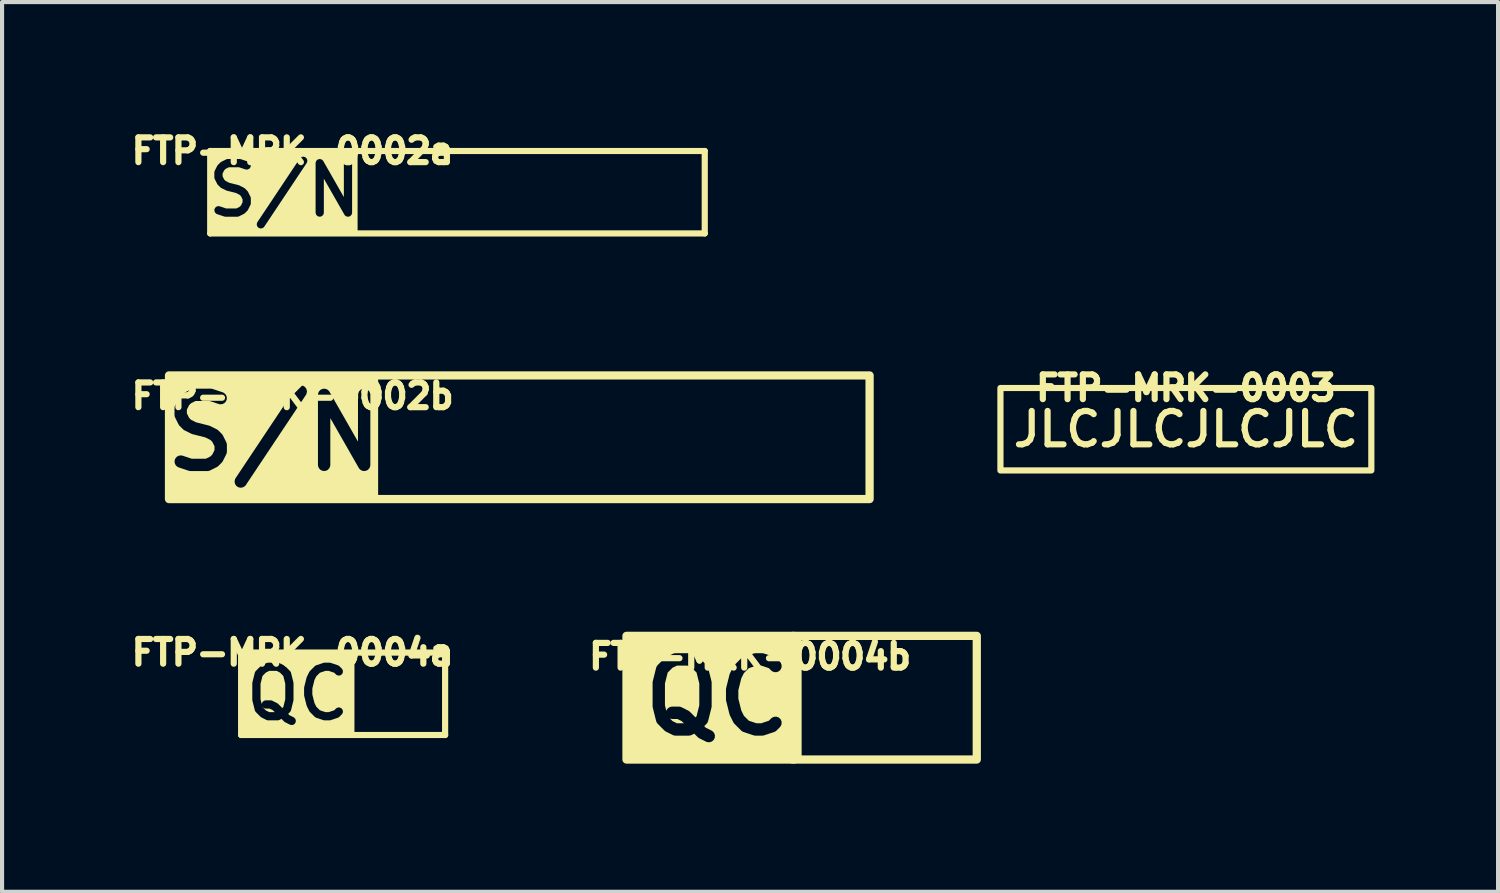
<source format=kicad_pcb>
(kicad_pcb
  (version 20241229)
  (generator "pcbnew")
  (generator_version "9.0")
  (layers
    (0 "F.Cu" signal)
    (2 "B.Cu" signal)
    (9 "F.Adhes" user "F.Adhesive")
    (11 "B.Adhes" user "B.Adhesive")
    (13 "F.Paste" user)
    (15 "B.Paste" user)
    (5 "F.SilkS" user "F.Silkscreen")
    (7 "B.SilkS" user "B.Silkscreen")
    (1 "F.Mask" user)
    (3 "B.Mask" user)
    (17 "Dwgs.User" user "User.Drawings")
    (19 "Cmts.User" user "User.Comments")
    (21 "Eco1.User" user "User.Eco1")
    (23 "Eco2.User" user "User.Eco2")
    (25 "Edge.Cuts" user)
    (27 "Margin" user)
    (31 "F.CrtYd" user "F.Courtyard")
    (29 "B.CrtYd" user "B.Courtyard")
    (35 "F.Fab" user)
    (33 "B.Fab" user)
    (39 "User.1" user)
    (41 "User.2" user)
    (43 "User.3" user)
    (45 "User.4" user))
  (footprint "FTP-MRK-0003"
    (layer "F.Cu")
    (at 25.726 7.365)
    (property "Reference" "FTP-MRK-0003" (at 0 -1 0) (unlocked yes) (layer "F.SilkS") (effects (font (size 0.6 0.6) (thickness 0.15))))
    (attr exclude_from_pos_files exclude_from_bom)
    (fp_rect (start -4.5 -1) (end 4.5 1) (stroke (width 0.15) (type solid)) (fill no) (layer "F.SilkS"))
    (fp_text user "JLCJLCJLCJLC" (at 0 0 0) (unlocked yes) (layer "F.SilkS") (effects (font (size 0.81 0.81) (thickness 0.15)))))
  (footprint "FTP-MRK-0002a"
    (layer "F.Cu")
    (at 4.051 1.614)
    (property "Reference" "FTP-MRK-0002a" (at 0 -1 0) (unlocked yes) (layer "F.SilkS") (effects (font (size 0.6 0.6) (thickness 0.15))))
    (attr exclude_from_pos_files exclude_from_bom)
    (fp_line (start -2 -1) (end -2 1) (stroke (width 0.15) (type default)) (layer "F.SilkS"))
    (fp_line (start -2 1) (end 10 1) (stroke (width 0.15) (type default)) (layer "F.SilkS"))
    (fp_line (start 10 -1) (end -2 -1) (stroke (width 0.15) (type default)) (layer "F.SilkS"))
    (fp_line (start 10 1) (end 10 -1) (stroke (width 0.15) (type default)) (layer "F.SilkS"))
    (fp_text user "S/N" (at -0.2 -0.05 0) (unlocked yes) (layer "F.SilkS" knockout) (effects (font (size 1.2 1.2) (thickness 0.2) (bold yes)))))
  (footprint "FTP-MRK-0002b"
    (layer "F.Cu")
    (at 4.051 7.56)
    (property "Reference" "FTP-MRK-0002b" (at 0 -1 0) (unlocked yes) (layer "F.SilkS") (effects (font (size 0.6 0.6) (thickness 0.15))))
    (attr exclude_from_pos_files exclude_from_bom)
    (fp_rect (start -3 -1.5) (end 14 1.5) (stroke (width 0.2) (type solid)) (fill no) (layer "F.SilkS"))
    (fp_text user "S/N" (at -0.45 -0.1 0) (unlocked yes) (layer "F.SilkS" knockout) (effects (font (size 1.7 1.7) (thickness 0.3) (bold yes)))))
  (footprint "FTP-MRK-0004b"
    (layer "F.Cu")
    (at 15.152 13.88)
    (property "Reference" "FTP-MRK-0004b" (at 0 -1 0) (unlocked yes) (layer "F.SilkS") (effects (font (size 0.6 0.6) (thickness 0.15))))
    (attr exclude_from_pos_files exclude_from_bom)
    (fp_line (start -2.75 -1.2) (end -2.75 1.25) (stroke (width 0.6) (type default)) (layer "F.SilkS"))
    (fp_line (start -2.675 1.3) (end 0.775 1.3) (stroke (width 0.3) (type default)) (layer "F.SilkS"))
    (fp_line (start 0.775 -1.35) (end -2.775 -1.35) (stroke (width 0.3) (type default)) (layer "F.SilkS"))
    (fp_line (start 1.05 1.4) (end 1.05 -1.4) (stroke (width 0.4) (type default)) (layer "F.SilkS"))
    (fp_rect (start -3 -1.5) (end 5.5 1.5) (stroke (width 0.2) (type solid)) (fill no) (layer "F.SilkS"))
    (fp_text user "QC" (at -0.8 0 0) (unlocked yes) (layer "F.SilkS" knockout) (effects (font (size 1.7 1.7) (thickness 0.3) (bold yes)))))
  (footprint "FTP-MRK-0004a"
    (layer "F.Cu")
    (at 4.051 13.785)
    (property "Reference" "FTP-MRK-0004a" (at 0 -1 0) (unlocked yes) (layer "F.SilkS") (effects (font (size 0.6 0.6) (thickness 0.15))))
    (attr exclude_from_pos_files exclude_from_bom)
    (fp_line (start -1.25 -1) (end -1.25 1) (stroke (width 0.15) (type default)) (layer "F.SilkS"))
    (fp_line (start -1.25 1) (end 3.7 1) (stroke (width 0.15) (type default)) (layer "F.SilkS"))
    (fp_line (start -1.15 -0.9) (end 1.25 -0.9) (stroke (width 0.2) (type default)) (layer "F.SilkS"))
    (fp_line (start -1.1 0.9) (end -1.1 -0.95) (stroke (width 0.2) (type default)) (layer "F.SilkS"))
    (fp_line (start 1.25 0.9) (end -1 0.9) (stroke (width 0.2) (type default)) (layer "F.SilkS"))
    (fp_line (start 1.4 -0.95) (end 1.4 0.95) (stroke (width 0.2) (type default)) (layer "F.SilkS"))
    (fp_line (start 3.7 -1) (end -1.25 -1) (stroke (width 0.15) (type default)) (layer "F.SilkS"))
    (fp_line (start 3.7 1) (end 3.7 -1) (stroke (width 0.15) (type default)) (layer "F.SilkS"))
    (fp_text user "QC" (at 0.121 0 0) (unlocked yes) (layer "F.SilkS" knockout) (effects (font (size 1.2 1.2) (thickness 0.2) (bold yes)))))
  (gr_rect
    (start -3 -3)
    (end 33.301 18.59)
    (stroke (width 0.1) (type default))
    (fill no)
    (layer "Edge.Cuts")))
</source>
